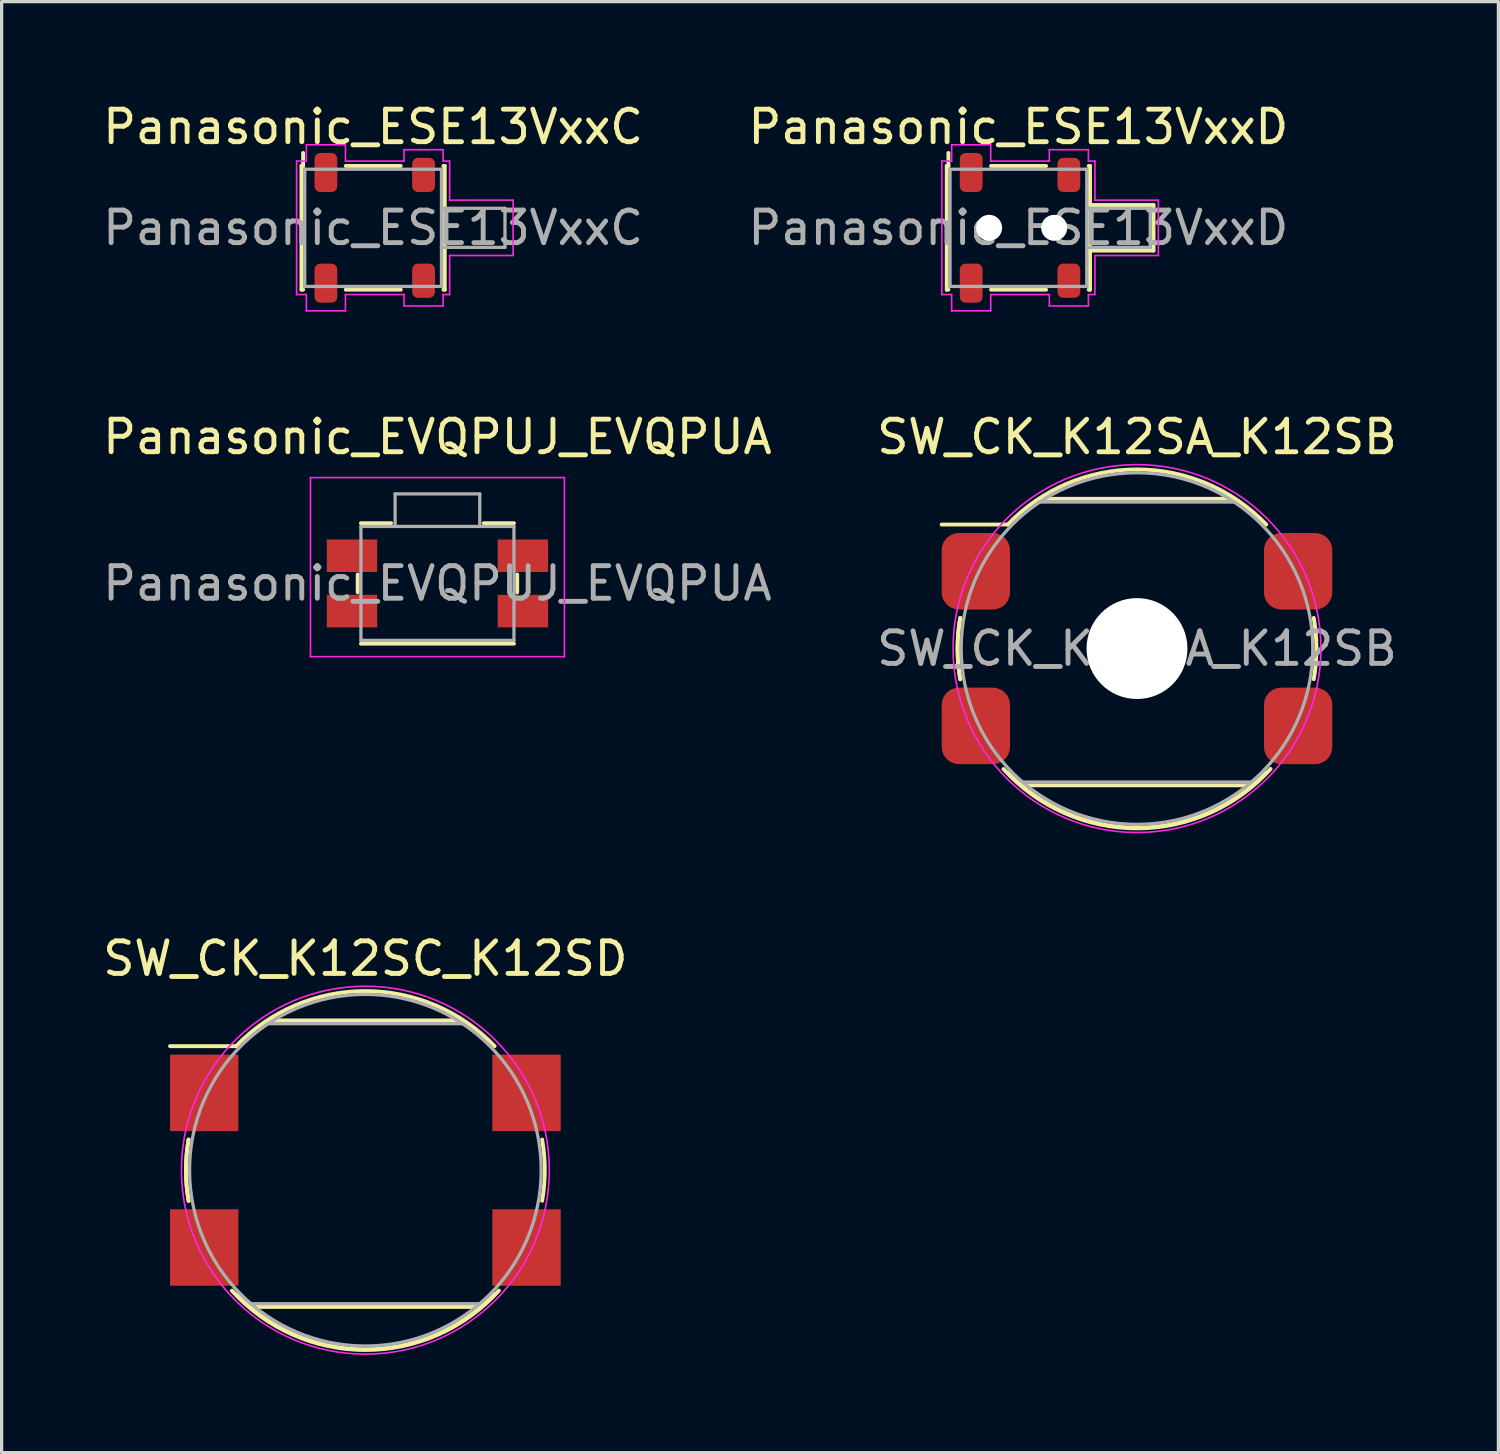
<source format=kicad_pcb>
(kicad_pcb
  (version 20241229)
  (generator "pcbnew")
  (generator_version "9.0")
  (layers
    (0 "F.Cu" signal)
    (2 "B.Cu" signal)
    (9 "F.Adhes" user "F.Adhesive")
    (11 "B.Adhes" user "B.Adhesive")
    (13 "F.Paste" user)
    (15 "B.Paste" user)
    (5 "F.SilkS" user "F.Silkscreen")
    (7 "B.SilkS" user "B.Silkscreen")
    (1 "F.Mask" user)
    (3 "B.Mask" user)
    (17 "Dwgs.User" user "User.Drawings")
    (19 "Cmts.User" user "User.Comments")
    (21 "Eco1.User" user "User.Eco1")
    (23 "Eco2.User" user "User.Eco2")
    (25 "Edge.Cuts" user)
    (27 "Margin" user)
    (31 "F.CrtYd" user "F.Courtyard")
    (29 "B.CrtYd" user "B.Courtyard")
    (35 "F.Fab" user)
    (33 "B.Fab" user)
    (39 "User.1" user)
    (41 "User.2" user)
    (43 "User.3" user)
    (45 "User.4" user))
  (footprint "SW_CK_K12SA_K12SB"
    (layer "F.Cu")
    (at 31.875 16.872)
    (property "Reference" "SW_CK_K12SA_K12SB" (at 0 -6.5 0) (layer "F.SilkS") (effects (font (size 1 1) (thickness 0.15))))
    (attr smd)
    (fp_line (start -3.97 -3.81) (end -6 -3.81) (stroke (width 0.12) (type solid)) (layer "F.SilkS"))
    (fp_line (start -3.55 4.2) (end 3.55 4.2) (stroke (width 0.12) (type solid)) (layer "F.SilkS"))
    (fp_line (start -3 -4.6) (end 3 -4.6) (stroke (width 0.12) (type solid)) (layer "F.SilkS"))
    (fp_arc (start -5.429707 0.941684) (mid -5.510761 0.000855) (end -5.429999 -0.939999) (stroke (width 0.12) (type solid)) (layer "F.SilkS"))
    (fp_arc (start -5.429707 0.941684) (mid -5.510761 0.000855) (end -5.429999 -0.939999) (stroke (width 0.12) (type solid)) (layer "F.SilkS"))
    (fp_arc (start -3.97 -3.81) (mid 0 -5.502454) (end 3.97 -3.81) (stroke (width 0.12) (type solid)) (layer "F.SilkS"))
    (fp_arc (start 3.97 3.81) (mid 0 5.502454) (end -3.97 3.81) (stroke (width 0.12) (type solid)) (layer "F.SilkS"))
    (fp_arc (start 4.10185 3.697949) (mid 0.001381 5.52268) (end -4.1 3.7) (stroke (width 0.12) (type solid)) (layer "F.SilkS"))
    (fp_arc (start 5.429707 -0.941684) (mid 5.510761 -0.000855) (end 5.429999 0.939999) (stroke (width 0.12) (type solid)) (layer "F.SilkS"))
    (fp_circle (center 0 0) (end 0 5.65) (stroke (width 0.05) (type solid)) (fill no) (layer "F.CrtYd"))
    (fp_line (start -3.5 4.1) (end 3.5 4.1) (stroke (width 0.1) (type solid)) (layer "F.Fab"))
    (fp_line (start -3 -4.5) (end 3 -4.5) (stroke (width 0.1) (type solid)) (layer "F.Fab"))
    (fp_circle (center 0 0) (end 0 5.4) (stroke (width 0.1) (type solid)) (fill no) (layer "F.Fab"))
    (fp_text user "${REFERENCE}" (at 0 0 0) (unlocked yes) (layer "F.Fab") (effects (font (size 1 1) (thickness 0.15))))
    (pad "" np_thru_hole circle (at 0 0 270) (size 3.1 3.1) (drill 3.1) (layers "*.Cu" "*.Mask"))
    (pad "1" smd roundrect (at -4.95 -2.375 270) (size 2.35 2.1) (layers "F.Cu" "F.Mask" "F.Paste") (roundrect_rratio 0.25))
    (pad "2" smd roundrect (at -4.95 2.375 270) (size 2.35 2.1) (layers "F.Cu" "F.Mask" "F.Paste") (roundrect_rratio 0.25))
    (pad "3" smd roundrect (at 4.95 2.375 270) (size 2.35 2.1) (layers "F.Cu" "F.Mask" "F.Paste") (roundrect_rratio 0.25))
    (pad "4" smd roundrect (at 4.95 -2.375 270) (size 2.35 2.1) (layers "F.Cu" "F.Mask" "F.Paste") (roundrect_rratio 0.25))
    (zone (net_name "") (layers "F.Cu" "Dwgs.User") (hatch edge 0.508) (connect_pads) (min_thickness 0.254) (filled_areas_thickness no) (keepout (tracks not_allowed) (vias not_allowed) (pads not_allowed) (copperpour not_allowed) (footprints allowed)) (placement (enabled no)) (fill) (polygon (pts (xy 27.975 17.922) (xy 25.875 17.922) (xy 25.875 15.822) (xy 27.975 15.822))))
    (zone (net_name "") (layers "F.Cu" "Dwgs.User") (hatch edge 0.508) (connect_pads) (min_thickness 0.254) (filled_areas_thickness no) (keepout (tracks not_allowed) (vias not_allowed) (pads not_allowed) (copperpour not_allowed) (footprints allowed)) (placement (enabled no)) (fill) (polygon (pts (xy 37.875 17.922) (xy 35.775 17.922) (xy 35.775 15.822) (xy 37.875 15.822)))))
  (footprint "Panasonic_ESE13VxxC"
    (layer "F.Cu")
    (at 8.411 3.948)
    (property "Reference" "Panasonic_ESE13VxxC" (at 0 -3.1 0) (layer "F.SilkS") (effects (font (size 1 1) (thickness 0.15))))
    (attr smd)
    (fp_line (start -2.2 -1.9) (end -2.15 -1.9) (stroke (width 0.12) (type solid)) (layer "F.SilkS"))
    (fp_line (start -2.2 1.9) (end -2.2 -1.9) (stroke (width 0.12) (type solid)) (layer "F.SilkS"))
    (fp_line (start -2.2 1.9) (end -2.15 1.9) (stroke (width 0.12) (type solid)) (layer "F.SilkS"))
    (fp_line (start -2.15 -1.9) (end -2.15 -2.3) (stroke (width 0.12) (type solid)) (layer "F.SilkS"))
    (fp_line (start -0.84 -1.9) (end 0.85 -1.9) (stroke (width 0.12) (type solid)) (layer "F.SilkS"))
    (fp_line (start -0.84 1.9) (end 0.85 1.9) (stroke (width 0.12) (type solid)) (layer "F.SilkS"))
    (fp_line (start 2.2 -1.9) (end 2.16 -1.9) (stroke (width 0.12) (type solid)) (layer "F.SilkS"))
    (fp_line (start 2.2 -1.9) (end 2.2 1.9) (stroke (width 0.12) (type solid)) (layer "F.SilkS"))
    (fp_line (start 2.2 1.9) (end 2.16 1.9) (stroke (width 0.12) (type solid)) (layer "F.SilkS"))
    (fp_line (start -2.35 -2.05) (end -2.35 2.05) (stroke (width 0.05) (type solid)) (layer "F.CrtYd"))
    (fp_line (start -2.35 2.05) (end -2.05 2.05) (stroke (width 0.05) (type solid)) (layer "F.CrtYd"))
    (fp_line (start -2.05 -2.55) (end -2.05 -2.05) (stroke (width 0.05) (type solid)) (layer "F.CrtYd"))
    (fp_line (start -2.05 -2.05) (end -2.35 -2.05) (stroke (width 0.05) (type solid)) (layer "F.CrtYd"))
    (fp_line (start -2.05 2.05) (end -2.05 2.55) (stroke (width 0.05) (type solid)) (layer "F.CrtYd"))
    (fp_line (start -2.05 2.55) (end -0.85 2.55) (stroke (width 0.05) (type solid)) (layer "F.CrtYd"))
    (fp_line (start -0.85 -2.55) (end -2.05 -2.55) (stroke (width 0.05) (type solid)) (layer "F.CrtYd"))
    (fp_line (start -0.85 -2.05) (end -0.85 -2.55) (stroke (width 0.05) (type solid)) (layer "F.CrtYd"))
    (fp_line (start -0.85 2.05) (end 0.95 2.05) (stroke (width 0.05) (type solid)) (layer "F.CrtYd"))
    (fp_line (start -0.85 2.55) (end -0.85 2.05) (stroke (width 0.05) (type solid)) (layer "F.CrtYd"))
    (fp_line (start 0.95 -2.4) (end 0.95 -2.05) (stroke (width 0.05) (type solid)) (layer "F.CrtYd"))
    (fp_line (start 0.95 -2.05) (end -0.85 -2.05) (stroke (width 0.05) (type solid)) (layer "F.CrtYd"))
    (fp_line (start 0.95 2.05) (end 0.95 2.4) (stroke (width 0.05) (type solid)) (layer "F.CrtYd"))
    (fp_line (start 0.95 2.4) (end 2.15 2.4) (stroke (width 0.05) (type solid)) (layer "F.CrtYd"))
    (fp_line (start 2.15 -2.4) (end 0.95 -2.4) (stroke (width 0.05) (type solid)) (layer "F.CrtYd"))
    (fp_line (start 2.15 -2.05) (end 2.15 -2.4) (stroke (width 0.05) (type solid)) (layer "F.CrtYd"))
    (fp_line (start 2.15 2.05) (end 2.35 2.05) (stroke (width 0.05) (type solid)) (layer "F.CrtYd"))
    (fp_line (start 2.15 2.4) (end 2.15 2.05) (stroke (width 0.05) (type solid)) (layer "F.CrtYd"))
    (fp_line (start 2.35 -2.05) (end 2.15 -2.05) (stroke (width 0.05) (type solid)) (layer "F.CrtYd"))
    (fp_line (start 2.35 -0.85) (end 2.35 -2.05) (stroke (width 0.05) (type solid)) (layer "F.CrtYd"))
    (fp_line (start 2.35 0.85) (end 4.3 0.85) (stroke (width 0.05) (type solid)) (layer "F.CrtYd"))
    (fp_line (start 2.35 2.05) (end 2.35 0.85) (stroke (width 0.05) (type solid)) (layer "F.CrtYd"))
    (fp_line (start 4.3 -0.85) (end 2.35 -0.85) (stroke (width 0.05) (type solid)) (layer "F.CrtYd"))
    (fp_line (start 4.3 0.85) (end 4.3 -0.85) (stroke (width 0.05) (type solid)) (layer "F.CrtYd"))
    (fp_line (start -2.1 -1.8) (end 2.1 -1.8) (stroke (width 0.1) (type solid)) (layer "F.Fab"))
    (fp_line (start -2.1 1.8) (end -2.1 -1.8) (stroke (width 0.1) (type solid)) (layer "F.Fab"))
    (fp_line (start 2.1 -1.8) (end 2.1 1.8) (stroke (width 0.1) (type solid)) (layer "F.Fab"))
    (fp_line (start 2.1 -0.6) (end 4.05 -0.6) (stroke (width 0.1) (type solid)) (layer "F.Fab"))
    (fp_line (start 2.1 1.8) (end -2.1 1.8) (stroke (width 0.1) (type solid)) (layer "F.Fab"))
    (fp_line (start 4.05 -0.6) (end 4.05 0.6) (stroke (width 0.1) (type solid)) (layer "F.Fab"))
    (fp_line (start 4.05 0.6) (end 2.1 0.6) (stroke (width 0.1) (type solid)) (layer "F.Fab"))
    (fp_text user "${REFERENCE}" (at 0 0 0) (layer "F.Fab") (effects (font (size 1 1) (thickness 0.15))))
    (pad "1" smd roundrect (at -1.45 -1.7) (size 0.7 1.2) (layers "F.Cu" "F.Mask" "F.Paste") (roundrect_rratio 0.25))
    (pad "1" smd roundrect (at 1.55 -1.625) (size 0.7 1.05) (layers "F.Cu" "F.Mask" "F.Paste") (roundrect_rratio 0.25))
    (pad "1" smd roundrect (at 1.55 1.625) (size 0.7 1.05) (layers "F.Cu" "F.Mask" "F.Paste") (roundrect_rratio 0.25))
    (pad "2" smd roundrect (at -1.45 1.7) (size 0.7 1.2) (layers "F.Cu" "F.Mask" "F.Paste") (roundrect_rratio 0.25)))
  (footprint "SW_CK_K12SC_K12SD"
    (layer "F.Cu")
    (at 8.173 32.895)
    (property "Reference" "SW_CK_K12SC_K12SD" (at 0 -6.5 0) (layer "F.SilkS") (effects (font (size 1 1) (thickness 0.15))))
    (attr smd)
    (fp_line (start -3.97 -3.81) (end -6 -3.81) (stroke (width 0.12) (type solid)) (layer "F.SilkS"))
    (fp_line (start -3.55 4.2) (end 3.55 4.2) (stroke (width 0.12) (type solid)) (layer "F.SilkS"))
    (fp_line (start -3 -4.6) (end 3 -4.6) (stroke (width 0.12) (type solid)) (layer "F.SilkS"))
    (fp_arc (start -5.429707 0.941684) (mid -5.510761 0.000855) (end -5.429999 -0.939999) (stroke (width 0.12) (type solid)) (layer "F.SilkS"))
    (fp_arc (start -5.429707 0.941684) (mid -5.510761 0.000855) (end -5.429999 -0.939999) (stroke (width 0.12) (type solid)) (layer "F.SilkS"))
    (fp_arc (start -3.97 -3.81) (mid 0 -5.502454) (end 3.97 -3.81) (stroke (width 0.12) (type solid)) (layer "F.SilkS"))
    (fp_arc (start 3.97 3.81) (mid 0 5.502454) (end -3.97 3.81) (stroke (width 0.12) (type solid)) (layer "F.SilkS"))
    (fp_arc (start 4.10185 3.697949) (mid 0.001381 5.52268) (end -4.1 3.7) (stroke (width 0.12) (type solid)) (layer "F.SilkS"))
    (fp_arc (start 5.429707 -0.941684) (mid 5.510761 -0.000855) (end 5.429999 0.939999) (stroke (width 0.12) (type solid)) (layer "F.SilkS"))
    (fp_circle (center 0 0) (end 0 5.65) (stroke (width 0.05) (type solid)) (fill no) (layer "F.CrtYd"))
    (fp_line (start -3.5 4.1) (end 3.5 4.1) (stroke (width 0.1) (type solid)) (layer "F.Fab"))
    (fp_line (start -3 -4.5) (end 3 -4.5) (stroke (width 0.1) (type solid)) (layer "F.Fab"))
    (fp_circle (center 0 0) (end 0 5.4) (stroke (width 0.1) (type solid)) (fill no) (layer "F.Fab"))
    (pad "1" smd rect (at -4.95 -2.375 270) (size 2.35 2.1) (layers "F.Cu" "F.Mask" "F.Paste"))
    (pad "2" smd rect (at -4.95 2.375 270) (size 2.35 2.1) (layers "F.Cu" "F.Mask" "F.Paste"))
    (pad "3" smd rect (at 4.95 2.375 270) (size 2.35 2.1) (layers "F.Cu" "F.Mask" "F.Paste"))
    (pad "4" smd rect (at 4.95 -2.375 270) (size 2.35 2.1) (layers "F.Cu" "F.Mask" "F.Paste"))
    (zone (net_name "") (layers "F.Cu" "Dwgs.User") (hatch edge 0.508) (connect_pads) (min_thickness 0.254) (filled_areas_thickness no) (keepout (tracks not_allowed) (vias not_allowed) (pads not_allowed) (copperpour not_allowed) (footprints allowed)) (placement (enabled no)) (fill) (polygon (pts (xy 4.273 33.945) (xy 2.173 33.945) (xy 2.173 31.845) (xy 4.273 31.845))))
    (zone (net_name "") (layers "F.Cu" "Dwgs.User") (hatch edge 0.508) (connect_pads) (min_thickness 0.254) (filled_areas_thickness no) (keepout (tracks not_allowed) (vias not_allowed) (pads not_allowed) (copperpour not_allowed) (footprints allowed)) (placement (enabled no)) (fill) (polygon (pts (xy 14.173 33.945) (xy 12.073 33.945) (xy 12.073 31.845) (xy 14.173 31.845)))))
  (footprint "Panasonic_ESE13VxxD"
    (layer "F.Cu")
    (at 28.232 3.948)
    (property "Reference" "Panasonic_ESE13VxxD" (at 0 -3.1 0) (layer "F.SilkS") (effects (font (size 1 1) (thickness 0.15))))
    (attr smd)
    (fp_line (start -2.2 -1.9) (end -2.15 -1.9) (stroke (width 0.12) (type solid)) (layer "F.SilkS"))
    (fp_line (start -2.2 1.9) (end -2.2 -1.9) (stroke (width 0.12) (type solid)) (layer "F.SilkS"))
    (fp_line (start -2.2 1.9) (end -2.15 1.9) (stroke (width 0.12) (type solid)) (layer "F.SilkS"))
    (fp_line (start -2.15 -1.9) (end -2.15 -2.3) (stroke (width 0.12) (type solid)) (layer "F.SilkS"))
    (fp_line (start -0.84 -1.9) (end 0.85 -1.9) (stroke (width 0.12) (type solid)) (layer "F.SilkS"))
    (fp_line (start -0.84 1.9) (end 0.85 1.9) (stroke (width 0.12) (type solid)) (layer "F.SilkS"))
    (fp_line (start 2.2 -1.9) (end 2.16 -1.9) (stroke (width 0.12) (type solid)) (layer "F.SilkS"))
    (fp_line (start 2.2 -1.9) (end 2.2 1.9) (stroke (width 0.12) (type solid)) (layer "F.SilkS"))
    (fp_line (start 2.2 -0.7) (end 4.15 -0.7) (stroke (width 0.12) (type solid)) (layer "F.SilkS"))
    (fp_line (start 2.2 1.9) (end 2.16 1.9) (stroke (width 0.12) (type solid)) (layer "F.SilkS"))
    (fp_line (start 4.15 -0.7) (end 4.15 0.7) (stroke (width 0.12) (type solid)) (layer "F.SilkS"))
    (fp_line (start 4.15 0.7) (end 2.2 0.7) (stroke (width 0.12) (type solid)) (layer "F.SilkS"))
    (fp_line (start -2.35 -2.05) (end -2.35 2.05) (stroke (width 0.05) (type solid)) (layer "F.CrtYd"))
    (fp_line (start -2.35 2.05) (end -2.05 2.05) (stroke (width 0.05) (type solid)) (layer "F.CrtYd"))
    (fp_line (start -2.05 -2.55) (end -2.05 -2.05) (stroke (width 0.05) (type solid)) (layer "F.CrtYd"))
    (fp_line (start -2.05 -2.05) (end -2.35 -2.05) (stroke (width 0.05) (type solid)) (layer "F.CrtYd"))
    (fp_line (start -2.05 2.05) (end -2.05 2.55) (stroke (width 0.05) (type solid)) (layer "F.CrtYd"))
    (fp_line (start -2.05 2.55) (end -0.85 2.55) (stroke (width 0.05) (type solid)) (layer "F.CrtYd"))
    (fp_line (start -0.85 -2.55) (end -2.05 -2.55) (stroke (width 0.05) (type solid)) (layer "F.CrtYd"))
    (fp_line (start -0.85 -2.05) (end -0.85 -2.55) (stroke (width 0.05) (type solid)) (layer "F.CrtYd"))
    (fp_line (start -0.85 2.05) (end 0.95 2.05) (stroke (width 0.05) (type solid)) (layer "F.CrtYd"))
    (fp_line (start -0.85 2.55) (end -0.85 2.05) (stroke (width 0.05) (type solid)) (layer "F.CrtYd"))
    (fp_line (start 0.95 -2.4) (end 0.95 -2.05) (stroke (width 0.05) (type solid)) (layer "F.CrtYd"))
    (fp_line (start 0.95 -2.05) (end -0.85 -2.05) (stroke (width 0.05) (type solid)) (layer "F.CrtYd"))
    (fp_line (start 0.95 2.05) (end 0.95 2.4) (stroke (width 0.05) (type solid)) (layer "F.CrtYd"))
    (fp_line (start 0.95 2.4) (end 2.15 2.4) (stroke (width 0.05) (type solid)) (layer "F.CrtYd"))
    (fp_line (start 2.15 -2.4) (end 0.95 -2.4) (stroke (width 0.05) (type solid)) (layer "F.CrtYd"))
    (fp_line (start 2.15 -2.05) (end 2.15 -2.4) (stroke (width 0.05) (type solid)) (layer "F.CrtYd"))
    (fp_line (start 2.15 2.05) (end 2.35 2.05) (stroke (width 0.05) (type solid)) (layer "F.CrtYd"))
    (fp_line (start 2.15 2.4) (end 2.15 2.05) (stroke (width 0.05) (type solid)) (layer "F.CrtYd"))
    (fp_line (start 2.35 -2.05) (end 2.15 -2.05) (stroke (width 0.05) (type solid)) (layer "F.CrtYd"))
    (fp_line (start 2.35 -0.85) (end 2.35 -2.05) (stroke (width 0.05) (type solid)) (layer "F.CrtYd"))
    (fp_line (start 2.35 0.85) (end 4.3 0.85) (stroke (width 0.05) (type solid)) (layer "F.CrtYd"))
    (fp_line (start 2.35 2.05) (end 2.35 0.85) (stroke (width 0.05) (type solid)) (layer "F.CrtYd"))
    (fp_line (start 4.3 -0.85) (end 2.35 -0.85) (stroke (width 0.05) (type solid)) (layer "F.CrtYd"))
    (fp_line (start 4.3 0.85) (end 4.3 -0.85) (stroke (width 0.05) (type solid)) (layer "F.CrtYd"))
    (fp_line (start -2.1 -1.8) (end 2.1 -1.8) (stroke (width 0.1) (type solid)) (layer "F.Fab"))
    (fp_line (start -2.1 1.8) (end -2.1 -1.8) (stroke (width 0.1) (type solid)) (layer "F.Fab"))
    (fp_line (start 2.1 -1.8) (end 2.1 1.8) (stroke (width 0.1) (type solid)) (layer "F.Fab"))
    (fp_line (start 2.1 -0.6) (end 4.05 -0.6) (stroke (width 0.1) (type solid)) (layer "F.Fab"))
    (fp_line (start 2.1 1.8) (end -2.1 1.8) (stroke (width 0.1) (type solid)) (layer "F.Fab"))
    (fp_line (start 4.05 -0.6) (end 4.05 0.6) (stroke (width 0.1) (type solid)) (layer "F.Fab"))
    (fp_line (start 4.05 0.6) (end 2.1 0.6) (stroke (width 0.1) (type solid)) (layer "F.Fab"))
    (fp_text user "${REFERENCE}" (at 0 0 0) (layer "F.Fab") (effects (font (size 1 1) (thickness 0.15))))
    (pad "" np_thru_hole circle (at -0.9 0) (size 0.8 0.8) (drill 0.8) (layers "*.Cu" "*.Mask"))
    (pad "" np_thru_hole circle (at 1.1 0) (size 0.8 0.8) (drill 0.8) (layers "*.Cu" "*.Mask"))
    (pad "1" smd roundrect (at -1.45 -1.7) (size 0.7 1.2) (layers "F.Cu" "F.Mask" "F.Paste") (roundrect_rratio 0.25))
    (pad "1" smd roundrect (at 1.55 -1.625) (size 0.7 1.05) (layers "F.Cu" "F.Mask" "F.Paste") (roundrect_rratio 0.25))
    (pad "1" smd roundrect (at 1.55 1.625) (size 0.7 1.05) (layers "F.Cu" "F.Mask" "F.Paste") (roundrect_rratio 0.25))
    (pad "2" smd roundrect (at -1.45 1.7) (size 0.7 1.2) (layers "F.Cu" "F.Mask" "F.Paste") (roundrect_rratio 0.25)))
  (footprint "Panasonic_EVQPUJ_EVQPUA"
    (layer "F.Cu")
    (at 10.387 14.871)
    (property "Reference" "Panasonic_EVQPUJ_EVQPUA" (at 0 -4.5 0) (layer "F.SilkS") (effects (font (size 1 1) (thickness 0.15))))
    (attr smd)
    (fp_line (start -2.45 0.275) (end -2.45 -0.275) (stroke (width 0.12) (type solid)) (layer "F.SilkS"))
    (fp_line (start -1.425 -1.85) (end -2.35 -1.85) (stroke (width 0.12) (type solid)) (layer "F.SilkS"))
    (fp_line (start 2.35 -1.85) (end 1.425 -1.85) (stroke (width 0.12) (type solid)) (layer "F.SilkS"))
    (fp_line (start 2.35 1.85) (end -2.35 1.85) (stroke (width 0.12) (type solid)) (layer "F.SilkS"))
    (fp_line (start 2.45 0.275) (end 2.45 -0.275) (stroke (width 0.12) (type solid)) (layer "F.SilkS"))
    (fp_line (start -3.9 2.25) (end -3.9 -3.25) (stroke (width 0.05) (type solid)) (layer "F.CrtYd"))
    (fp_line (start 3.9 -3.25) (end -3.9 -3.25) (stroke (width 0.05) (type solid)) (layer "F.CrtYd"))
    (fp_line (start 3.9 2.25) (end -3.9 2.25) (stroke (width 0.05) (type solid)) (layer "F.CrtYd"))
    (fp_line (start 3.9 2.25) (end 3.9 -3.25) (stroke (width 0.05) (type solid)) (layer "F.CrtYd"))
    (fp_line (start -2.35 1.75) (end -2.35 -1.75) (stroke (width 0.1) (type solid)) (layer "F.Fab"))
    (fp_line (start -1.3 -2.75) (end -1.3 -1.75) (stroke (width 0.1) (type solid)) (layer "F.Fab"))
    (fp_line (start 1.3 -2.75) (end -1.3 -2.75) (stroke (width 0.1) (type solid)) (layer "F.Fab"))
    (fp_line (start 1.3 -2.75) (end 1.3 -1.75) (stroke (width 0.1) (type solid)) (layer "F.Fab"))
    (fp_line (start 2.35 -1.75) (end -2.35 -1.75) (stroke (width 0.1) (type solid)) (layer "F.Fab"))
    (fp_line (start 2.35 1.75) (end -2.35 1.75) (stroke (width 0.1) (type solid)) (layer "F.Fab"))
    (fp_line (start 2.35 1.75) (end 2.35 -1.75) (stroke (width 0.1) (type solid)) (layer "F.Fab"))
    (fp_text user "${REFERENCE}" (at 0 0 0) (layer "F.Fab") (effects (font (size 1 1) (thickness 0.15))))
    (pad "1" smd rect (at -2.625 -0.85 180) (size 1.55 1) (layers "F.Cu" "F.Mask" "F.Paste"))
    (pad "1" smd rect (at 2.625 -0.85 180) (size 1.55 1) (layers "F.Cu" "F.Mask" "F.Paste"))
    (pad "2" smd rect (at -2.625 0.85 180) (size 1.55 1) (layers "F.Cu" "F.Mask" "F.Paste"))
    (pad "2" smd rect (at 2.625 0.85 180) (size 1.55 1) (layers "F.Cu" "F.Mask" "F.Paste")))
  (gr_rect
    (start -3 -3)
    (end 42.976 41.57)
    (stroke (width 0.1) (type default))
    (fill no)
    (layer "Edge.Cuts")))
</source>
